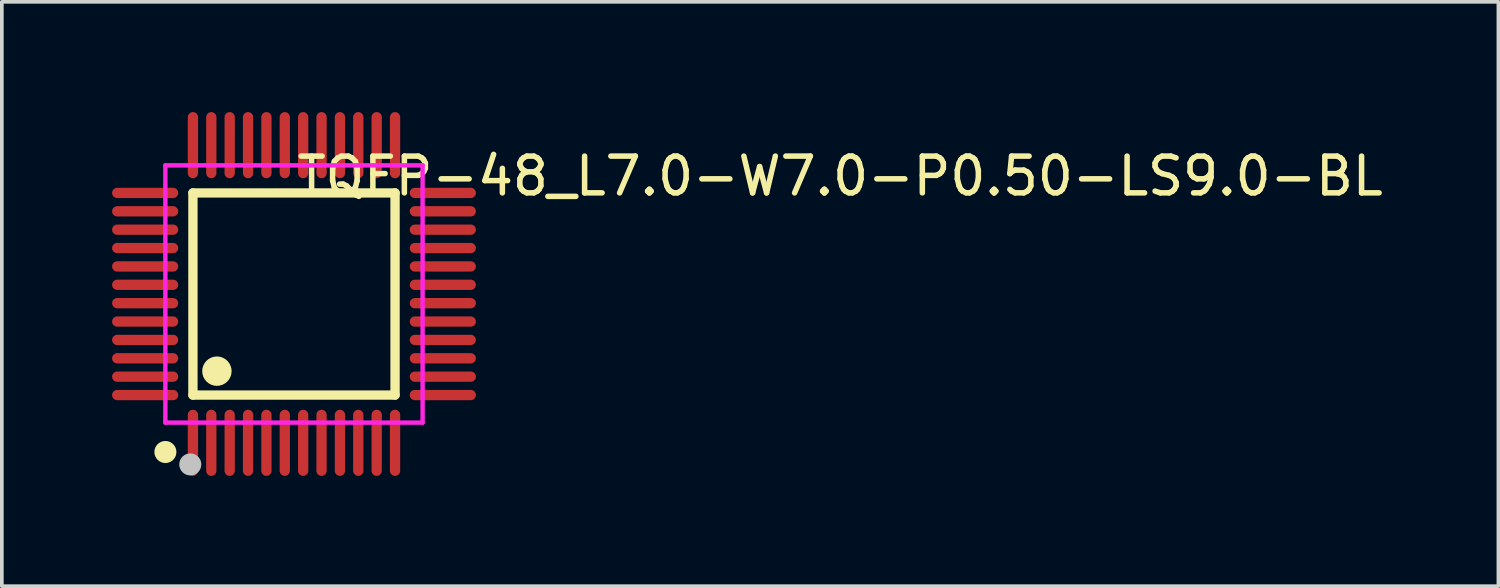
<source format=kicad_pcb>
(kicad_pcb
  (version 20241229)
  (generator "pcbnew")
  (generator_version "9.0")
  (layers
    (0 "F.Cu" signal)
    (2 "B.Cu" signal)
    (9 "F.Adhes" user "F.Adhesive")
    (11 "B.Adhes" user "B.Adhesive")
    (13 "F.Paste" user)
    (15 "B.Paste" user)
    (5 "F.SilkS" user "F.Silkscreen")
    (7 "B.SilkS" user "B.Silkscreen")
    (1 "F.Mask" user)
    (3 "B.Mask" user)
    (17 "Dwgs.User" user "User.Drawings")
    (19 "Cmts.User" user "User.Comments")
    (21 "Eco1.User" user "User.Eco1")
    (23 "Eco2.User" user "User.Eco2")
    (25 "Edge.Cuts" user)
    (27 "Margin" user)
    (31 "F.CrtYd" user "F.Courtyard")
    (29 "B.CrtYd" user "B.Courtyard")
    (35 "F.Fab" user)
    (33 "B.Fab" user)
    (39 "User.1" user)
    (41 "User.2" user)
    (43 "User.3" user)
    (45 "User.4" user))
  (footprint "TQFP-48_L7.0-W7.0-P0.50-LS9.0-BL"
    (layer "F.Cu")
    (at 4.95 4.95)
    (property "Reference" "TQFP-48_L7.0-W7.0-P0.50-LS9.0-BL" (at 0 -3.207 0) (layer "F.SilkS") (effects (font (size 1 1) (thickness 0.15)) (justify left)))
    (attr through_hole)
    (fp_line (start -2.75 -2.75) (end 2.75 -2.75) (stroke (width 0.254) (type solid)) (layer "F.SilkS"))
    (fp_line (start -2.75 2.75) (end -2.75 -2.75) (stroke (width 0.254) (type solid)) (layer "F.SilkS"))
    (fp_line (start 2.75 -2.75) (end 2.75 2.75) (stroke (width 0.254) (type solid)) (layer "F.SilkS"))
    (fp_line (start 2.75 2.75) (end -2.75 2.75) (stroke (width 0.254) (type solid)) (layer "F.SilkS"))
    (fp_arc (start -3.498 4.15) (mid -3.49873 4.450003) (end -3.50054 4.150005) (stroke (width 0.3) (type solid)) (layer "F.SilkS"))
    (fp_arc (start -2.095 1.9) (mid -2.09846 2.300022) (end -2.100081 1.899988) (stroke (width 0.4) (type solid)) (layer "F.SilkS"))
    (fp_circle (center -2.822 4.638) (end -2.672 4.638) (stroke (width 0.3) (type solid)) (fill no) (layer "Dwgs.User"))
    (fp_line (start -3.91 -2.85) (end -3.49 -2.85) (stroke (width 0.12) (type solid)) (layer "Eco2.User"))
    (fp_line (start -3.91 -2.65) (end -3.91 -2.85) (stroke (width 0.12) (type solid)) (layer "Eco2.User"))
    (fp_line (start -3.91 -2.35) (end -3.49 -2.35) (stroke (width 0.12) (type solid)) (layer "Eco2.User"))
    (fp_line (start -3.91 -2.15) (end -3.91 -2.35) (stroke (width 0.12) (type solid)) (layer "Eco2.User"))
    (fp_line (start -3.91 -1.85) (end -3.49 -1.85) (stroke (width 0.12) (type solid)) (layer "Eco2.User"))
    (fp_line (start -3.91 -1.65) (end -3.91 -1.85) (stroke (width 0.12) (type solid)) (layer "Eco2.User"))
    (fp_line (start -3.91 -1.35) (end -3.49 -1.35) (stroke (width 0.12) (type solid)) (layer "Eco2.User"))
    (fp_line (start -3.91 -1.15) (end -3.91 -1.35) (stroke (width 0.12) (type solid)) (layer "Eco2.User"))
    (fp_line (start -3.91 -0.85) (end -3.49 -0.85) (stroke (width 0.12) (type solid)) (layer "Eco2.User"))
    (fp_line (start -3.91 -0.65) (end -3.91 -0.85) (stroke (width 0.12) (type solid)) (layer "Eco2.User"))
    (fp_line (start -3.91 -0.35) (end -3.49 -0.35) (stroke (width 0.12) (type solid)) (layer "Eco2.User"))
    (fp_line (start -3.91 -0.15) (end -3.91 -0.35) (stroke (width 0.12) (type solid)) (layer "Eco2.User"))
    (fp_line (start -3.91 0.15) (end -3.49 0.15) (stroke (width 0.12) (type solid)) (layer "Eco2.User"))
    (fp_line (start -3.91 0.35) (end -3.91 0.15) (stroke (width 0.12) (type solid)) (layer "Eco2.User"))
    (fp_line (start -3.91 0.65) (end -3.49 0.65) (stroke (width 0.12) (type solid)) (layer "Eco2.User"))
    (fp_line (start -3.91 0.85) (end -3.91 0.65) (stroke (width 0.12) (type solid)) (layer "Eco2.User"))
    (fp_line (start -3.91 1.15) (end -3.49 1.15) (stroke (width 0.12) (type solid)) (layer "Eco2.User"))
    (fp_line (start -3.91 1.35) (end -3.91 1.15) (stroke (width 0.12) (type solid)) (layer "Eco2.User"))
    (fp_line (start -3.91 1.65) (end -3.49 1.65) (stroke (width 0.12) (type solid)) (layer "Eco2.User"))
    (fp_line (start -3.91 1.85) (end -3.91 1.65) (stroke (width 0.12) (type solid)) (layer "Eco2.User"))
    (fp_line (start -3.91 2.15) (end -3.49 2.15) (stroke (width 0.12) (type solid)) (layer "Eco2.User"))
    (fp_line (start -3.91 2.35) (end -3.91 2.15) (stroke (width 0.12) (type solid)) (layer "Eco2.User"))
    (fp_line (start -3.91 2.65) (end -3.49 2.65) (stroke (width 0.12) (type solid)) (layer "Eco2.User"))
    (fp_line (start -3.91 2.85) (end -3.91 2.65) (stroke (width 0.12) (type solid)) (layer "Eco2.User"))
    (fp_line (start -3.49 -2.85) (end -3.49 -2.65) (stroke (width 0.12) (type solid)) (layer "Eco2.User"))
    (fp_line (start -3.49 -2.65) (end -3.91 -2.65) (stroke (width 0.12) (type solid)) (layer "Eco2.User"))
    (fp_line (start -3.49 -2.35) (end -3.49 -2.15) (stroke (width 0.12) (type solid)) (layer "Eco2.User"))
    (fp_line (start -3.49 -2.15) (end -3.91 -2.15) (stroke (width 0.12) (type solid)) (layer "Eco2.User"))
    (fp_line (start -3.49 -1.85) (end -3.49 -1.65) (stroke (width 0.12) (type solid)) (layer "Eco2.User"))
    (fp_line (start -3.49 -1.65) (end -3.91 -1.65) (stroke (width 0.12) (type solid)) (layer "Eco2.User"))
    (fp_line (start -3.49 -1.35) (end -3.49 -1.15) (stroke (width 0.12) (type solid)) (layer "Eco2.User"))
    (fp_line (start -3.49 -1.15) (end -3.91 -1.15) (stroke (width 0.12) (type solid)) (layer "Eco2.User"))
    (fp_line (start -3.49 -0.85) (end -3.49 -0.65) (stroke (width 0.12) (type solid)) (layer "Eco2.User"))
    (fp_line (start -3.49 -0.65) (end -3.91 -0.65) (stroke (width 0.12) (type solid)) (layer "Eco2.User"))
    (fp_line (start -3.49 -0.35) (end -3.49 -0.15) (stroke (width 0.12) (type solid)) (layer "Eco2.User"))
    (fp_line (start -3.49 -0.15) (end -3.91 -0.15) (stroke (width 0.12) (type solid)) (layer "Eco2.User"))
    (fp_line (start -3.49 0.15) (end -3.49 0.35) (stroke (width 0.12) (type solid)) (layer "Eco2.User"))
    (fp_line (start -3.49 0.35) (end -3.91 0.35) (stroke (width 0.12) (type solid)) (layer "Eco2.User"))
    (fp_line (start -3.49 0.65) (end -3.49 0.85) (stroke (width 0.12) (type solid)) (layer "Eco2.User"))
    (fp_line (start -3.49 0.85) (end -3.91 0.85) (stroke (width 0.12) (type solid)) (layer "Eco2.User"))
    (fp_line (start -3.49 1.15) (end -3.49 1.35) (stroke (width 0.12) (type solid)) (layer "Eco2.User"))
    (fp_line (start -3.49 1.35) (end -3.91 1.35) (stroke (width 0.12) (type solid)) (layer "Eco2.User"))
    (fp_line (start -3.49 1.65) (end -3.49 1.85) (stroke (width 0.12) (type solid)) (layer "Eco2.User"))
    (fp_line (start -3.49 1.85) (end -3.91 1.85) (stroke (width 0.12) (type solid)) (layer "Eco2.User"))
    (fp_line (start -3.49 2.15) (end -3.49 2.35) (stroke (width 0.12) (type solid)) (layer "Eco2.User"))
    (fp_line (start -3.49 2.35) (end -3.91 2.35) (stroke (width 0.12) (type solid)) (layer "Eco2.User"))
    (fp_line (start -3.49 2.65) (end -3.49 2.85) (stroke (width 0.12) (type solid)) (layer "Eco2.User"))
    (fp_line (start -3.49 2.85) (end -3.91 2.85) (stroke (width 0.12) (type solid)) (layer "Eco2.User"))
    (fp_line (start -2.85 -3.91) (end -2.65 -3.91) (stroke (width 0.12) (type solid)) (layer "Eco2.User"))
    (fp_line (start -2.85 -3.49) (end -2.85 -3.91) (stroke (width 0.12) (type solid)) (layer "Eco2.User"))
    (fp_line (start -2.85 3.49) (end -2.65 3.49) (stroke (width 0.12) (type solid)) (layer "Eco2.User"))
    (fp_line (start -2.85 3.91) (end -2.85 3.49) (stroke (width 0.12) (type solid)) (layer "Eco2.User"))
    (fp_line (start -2.65 -3.91) (end -2.65 -3.49) (stroke (width 0.12) (type solid)) (layer "Eco2.User"))
    (fp_line (start -2.65 -3.49) (end -2.85 -3.49) (stroke (width 0.12) (type solid)) (layer "Eco2.User"))
    (fp_line (start -2.65 3.49) (end -2.65 3.91) (stroke (width 0.12) (type solid)) (layer "Eco2.User"))
    (fp_line (start -2.65 3.91) (end -2.85 3.91) (stroke (width 0.12) (type solid)) (layer "Eco2.User"))
    (fp_line (start -2.35 -3.91) (end -2.15 -3.91) (stroke (width 0.12) (type solid)) (layer "Eco2.User"))
    (fp_line (start -2.35 -3.49) (end -2.35 -3.91) (stroke (width 0.12) (type solid)) (layer "Eco2.User"))
    (fp_line (start -2.35 3.49) (end -2.15 3.49) (stroke (width 0.12) (type solid)) (layer "Eco2.User"))
    (fp_line (start -2.35 3.91) (end -2.35 3.49) (stroke (width 0.12) (type solid)) (layer "Eco2.User"))
    (fp_line (start -2.15 -3.91) (end -2.15 -3.49) (stroke (width 0.12) (type solid)) (layer "Eco2.User"))
    (fp_line (start -2.15 -3.49) (end -2.35 -3.49) (stroke (width 0.12) (type solid)) (layer "Eco2.User"))
    (fp_line (start -2.15 3.49) (end -2.15 3.91) (stroke (width 0.12) (type solid)) (layer "Eco2.User"))
    (fp_line (start -2.15 3.91) (end -2.35 3.91) (stroke (width 0.12) (type solid)) (layer "Eco2.User"))
    (fp_line (start -1.85 -3.91) (end -1.65 -3.91) (stroke (width 0.12) (type solid)) (layer "Eco2.User"))
    (fp_line (start -1.85 -3.49) (end -1.85 -3.91) (stroke (width 0.12) (type solid)) (layer "Eco2.User"))
    (fp_line (start -1.85 3.49) (end -1.65 3.49) (stroke (width 0.12) (type solid)) (layer "Eco2.User"))
    (fp_line (start -1.85 3.91) (end -1.85 3.49) (stroke (width 0.12) (type solid)) (layer "Eco2.User"))
    (fp_line (start -1.65 -3.91) (end -1.65 -3.49) (stroke (width 0.12) (type solid)) (layer "Eco2.User"))
    (fp_line (start -1.65 -3.49) (end -1.85 -3.49) (stroke (width 0.12) (type solid)) (layer "Eco2.User"))
    (fp_line (start -1.65 3.49) (end -1.65 3.91) (stroke (width 0.12) (type solid)) (layer "Eco2.User"))
    (fp_line (start -1.65 3.91) (end -1.85 3.91) (stroke (width 0.12) (type solid)) (layer "Eco2.User"))
    (fp_line (start -1.35 -3.91) (end -1.15 -3.91) (stroke (width 0.12) (type solid)) (layer "Eco2.User"))
    (fp_line (start -1.35 -3.49) (end -1.35 -3.91) (stroke (width 0.12) (type solid)) (layer "Eco2.User"))
    (fp_line (start -1.35 3.49) (end -1.15 3.49) (stroke (width 0.12) (type solid)) (layer "Eco2.User"))
    (fp_line (start -1.35 3.91) (end -1.35 3.49) (stroke (width 0.12) (type solid)) (layer "Eco2.User"))
    (fp_line (start -1.15 -3.91) (end -1.15 -3.49) (stroke (width 0.12) (type solid)) (layer "Eco2.User"))
    (fp_line (start -1.15 -3.49) (end -1.35 -3.49) (stroke (width 0.12) (type solid)) (layer "Eco2.User"))
    (fp_line (start -1.15 3.49) (end -1.15 3.91) (stroke (width 0.12) (type solid)) (layer "Eco2.User"))
    (fp_line (start -1.15 3.91) (end -1.35 3.91) (stroke (width 0.12) (type solid)) (layer "Eco2.User"))
    (fp_line (start -0.85 -3.91) (end -0.65 -3.91) (stroke (width 0.12) (type solid)) (layer "Eco2.User"))
    (fp_line (start -0.85 -3.49) (end -0.85 -3.91) (stroke (width 0.12) (type solid)) (layer "Eco2.User"))
    (fp_line (start -0.85 3.49) (end -0.65 3.49) (stroke (width 0.12) (type solid)) (layer "Eco2.User"))
    (fp_line (start -0.85 3.91) (end -0.85 3.49) (stroke (width 0.12) (type solid)) (layer "Eco2.User"))
    (fp_line (start -0.65 -3.91) (end -0.65 -3.49) (stroke (width 0.12) (type solid)) (layer "Eco2.User"))
    (fp_line (start -0.65 -3.49) (end -0.85 -3.49) (stroke (width 0.12) (type solid)) (layer "Eco2.User"))
    (fp_line (start -0.65 3.49) (end -0.65 3.91) (stroke (width 0.12) (type solid)) (layer "Eco2.User"))
    (fp_line (start -0.65 3.91) (end -0.85 3.91) (stroke (width 0.12) (type solid)) (layer "Eco2.User"))
    (fp_line (start -0.35 -3.91) (end -0.15 -3.91) (stroke (width 0.12) (type solid)) (layer "Eco2.User"))
    (fp_line (start -0.35 -3.49) (end -0.35 -3.91) (stroke (width 0.12) (type solid)) (layer "Eco2.User"))
    (fp_line (start -0.35 3.49) (end -0.15 3.49) (stroke (width 0.12) (type solid)) (layer "Eco2.User"))
    (fp_line (start -0.35 3.91) (end -0.35 3.49) (stroke (width 0.12) (type solid)) (layer "Eco2.User"))
    (fp_line (start -0.15 -3.91) (end -0.15 -3.49) (stroke (width 0.12) (type solid)) (layer "Eco2.User"))
    (fp_line (start -0.15 -3.49) (end -0.35 -3.49) (stroke (width 0.12) (type solid)) (layer "Eco2.User"))
    (fp_line (start -0.15 3.49) (end -0.15 3.91) (stroke (width 0.12) (type solid)) (layer "Eco2.User"))
    (fp_line (start -0.15 3.91) (end -0.35 3.91) (stroke (width 0.12) (type solid)) (layer "Eco2.User"))
    (fp_line (start 0.15 -3.91) (end 0.35 -3.91) (stroke (width 0.12) (type solid)) (layer "Eco2.User"))
    (fp_line (start 0.15 -3.49) (end 0.15 -3.91) (stroke (width 0.12) (type solid)) (layer "Eco2.User"))
    (fp_line (start 0.15 3.49) (end 0.35 3.49) (stroke (width 0.12) (type solid)) (layer "Eco2.User"))
    (fp_line (start 0.15 3.91) (end 0.15 3.49) (stroke (width 0.12) (type solid)) (layer "Eco2.User"))
    (fp_line (start 0.35 -3.91) (end 0.35 -3.49) (stroke (width 0.12) (type solid)) (layer "Eco2.User"))
    (fp_line (start 0.35 -3.49) (end 0.15 -3.49) (stroke (width 0.12) (type solid)) (layer "Eco2.User"))
    (fp_line (start 0.35 3.49) (end 0.35 3.91) (stroke (width 0.12) (type solid)) (layer "Eco2.User"))
    (fp_line (start 0.35 3.91) (end 0.15 3.91) (stroke (width 0.12) (type solid)) (layer "Eco2.User"))
    (fp_line (start 0.65 -3.91) (end 0.85 -3.91) (stroke (width 0.12) (type solid)) (layer "Eco2.User"))
    (fp_line (start 0.65 -3.49) (end 0.65 -3.91) (stroke (width 0.12) (type solid)) (layer "Eco2.User"))
    (fp_line (start 0.65 3.49) (end 0.85 3.49) (stroke (width 0.12) (type solid)) (layer "Eco2.User"))
    (fp_line (start 0.65 3.91) (end 0.65 3.49) (stroke (width 0.12) (type solid)) (layer "Eco2.User"))
    (fp_line (start 0.85 -3.91) (end 0.85 -3.49) (stroke (width 0.12) (type solid)) (layer "Eco2.User"))
    (fp_line (start 0.85 -3.49) (end 0.65 -3.49) (stroke (width 0.12) (type solid)) (layer "Eco2.User"))
    (fp_line (start 0.85 3.49) (end 0.85 3.91) (stroke (width 0.12) (type solid)) (layer "Eco2.User"))
    (fp_line (start 0.85 3.91) (end 0.65 3.91) (stroke (width 0.12) (type solid)) (layer "Eco2.User"))
    (fp_line (start 1.15 -3.91) (end 1.35 -3.91) (stroke (width 0.12) (type solid)) (layer "Eco2.User"))
    (fp_line (start 1.15 -3.49) (end 1.15 -3.91) (stroke (width 0.12) (type solid)) (layer "Eco2.User"))
    (fp_line (start 1.15 3.49) (end 1.35 3.49) (stroke (width 0.12) (type solid)) (layer "Eco2.User"))
    (fp_line (start 1.15 3.91) (end 1.15 3.49) (stroke (width 0.12) (type solid)) (layer "Eco2.User"))
    (fp_line (start 1.35 -3.91) (end 1.35 -3.49) (stroke (width 0.12) (type solid)) (layer "Eco2.User"))
    (fp_line (start 1.35 -3.49) (end 1.15 -3.49) (stroke (width 0.12) (type solid)) (layer "Eco2.User"))
    (fp_line (start 1.35 3.49) (end 1.35 3.91) (stroke (width 0.12) (type solid)) (layer "Eco2.User"))
    (fp_line (start 1.35 3.91) (end 1.15 3.91) (stroke (width 0.12) (type solid)) (layer "Eco2.User"))
    (fp_line (start 1.65 -3.91) (end 1.85 -3.91) (stroke (width 0.12) (type solid)) (layer "Eco2.User"))
    (fp_line (start 1.65 -3.49) (end 1.65 -3.91) (stroke (width 0.12) (type solid)) (layer "Eco2.User"))
    (fp_line (start 1.65 3.49) (end 1.85 3.49) (stroke (width 0.12) (type solid)) (layer "Eco2.User"))
    (fp_line (start 1.65 3.91) (end 1.65 3.49) (stroke (width 0.12) (type solid)) (layer "Eco2.User"))
    (fp_line (start 1.85 -3.91) (end 1.85 -3.49) (stroke (width 0.12) (type solid)) (layer "Eco2.User"))
    (fp_line (start 1.85 -3.49) (end 1.65 -3.49) (stroke (width 0.12) (type solid)) (layer "Eco2.User"))
    (fp_line (start 1.85 3.49) (end 1.85 3.91) (stroke (width 0.12) (type solid)) (layer "Eco2.User"))
    (fp_line (start 1.85 3.91) (end 1.65 3.91) (stroke (width 0.12) (type solid)) (layer "Eco2.User"))
    (fp_line (start 2.15 -3.91) (end 2.35 -3.91) (stroke (width 0.12) (type solid)) (layer "Eco2.User"))
    (fp_line (start 2.15 -3.49) (end 2.15 -3.91) (stroke (width 0.12) (type solid)) (layer "Eco2.User"))
    (fp_line (start 2.15 3.49) (end 2.35 3.49) (stroke (width 0.12) (type solid)) (layer "Eco2.User"))
    (fp_line (start 2.15 3.91) (end 2.15 3.49) (stroke (width 0.12) (type solid)) (layer "Eco2.User"))
    (fp_line (start 2.35 -3.91) (end 2.35 -3.49) (stroke (width 0.12) (type solid)) (layer "Eco2.User"))
    (fp_line (start 2.35 -3.49) (end 2.15 -3.49) (stroke (width 0.12) (type solid)) (layer "Eco2.User"))
    (fp_line (start 2.35 3.49) (end 2.35 3.91) (stroke (width 0.12) (type solid)) (layer "Eco2.User"))
    (fp_line (start 2.35 3.91) (end 2.15 3.91) (stroke (width 0.12) (type solid)) (layer "Eco2.User"))
    (fp_line (start 2.65 -3.91) (end 2.85 -3.91) (stroke (width 0.12) (type solid)) (layer "Eco2.User"))
    (fp_line (start 2.65 -3.49) (end 2.65 -3.91) (stroke (width 0.12) (type solid)) (layer "Eco2.User"))
    (fp_line (start 2.65 3.49) (end 2.85 3.49) (stroke (width 0.12) (type solid)) (layer "Eco2.User"))
    (fp_line (start 2.65 3.91) (end 2.65 3.49) (stroke (width 0.12) (type solid)) (layer "Eco2.User"))
    (fp_line (start 2.85 -3.91) (end 2.85 -3.49) (stroke (width 0.12) (type solid)) (layer "Eco2.User"))
    (fp_line (start 2.85 -3.49) (end 2.65 -3.49) (stroke (width 0.12) (type solid)) (layer "Eco2.User"))
    (fp_line (start 2.85 3.49) (end 2.85 3.91) (stroke (width 0.12) (type solid)) (layer "Eco2.User"))
    (fp_line (start 2.85 3.91) (end 2.65 3.91) (stroke (width 0.12) (type solid)) (layer "Eco2.User"))
    (fp_line (start 3.49 -2.85) (end 3.91 -2.85) (stroke (width 0.12) (type solid)) (layer "Eco2.User"))
    (fp_line (start 3.49 -2.65) (end 3.49 -2.85) (stroke (width 0.12) (type solid)) (layer "Eco2.User"))
    (fp_line (start 3.49 -2.35) (end 3.91 -2.35) (stroke (width 0.12) (type solid)) (layer "Eco2.User"))
    (fp_line (start 3.49 -2.15) (end 3.49 -2.35) (stroke (width 0.12) (type solid)) (layer "Eco2.User"))
    (fp_line (start 3.49 -1.85) (end 3.91 -1.85) (stroke (width 0.12) (type solid)) (layer "Eco2.User"))
    (fp_line (start 3.49 -1.65) (end 3.49 -1.85) (stroke (width 0.12) (type solid)) (layer "Eco2.User"))
    (fp_line (start 3.49 -1.35) (end 3.91 -1.35) (stroke (width 0.12) (type solid)) (layer "Eco2.User"))
    (fp_line (start 3.49 -1.15) (end 3.49 -1.35) (stroke (width 0.12) (type solid)) (layer "Eco2.User"))
    (fp_line (start 3.49 -0.85) (end 3.91 -0.85) (stroke (width 0.12) (type solid)) (layer "Eco2.User"))
    (fp_line (start 3.49 -0.65) (end 3.49 -0.85) (stroke (width 0.12) (type solid)) (layer "Eco2.User"))
    (fp_line (start 3.49 -0.35) (end 3.91 -0.35) (stroke (width 0.12) (type solid)) (layer "Eco2.User"))
    (fp_line (start 3.49 -0.15) (end 3.49 -0.35) (stroke (width 0.12) (type solid)) (layer "Eco2.User"))
    (fp_line (start 3.49 0.15) (end 3.91 0.15) (stroke (width 0.12) (type solid)) (layer "Eco2.User"))
    (fp_line (start 3.49 0.35) (end 3.49 0.15) (stroke (width 0.12) (type solid)) (layer "Eco2.User"))
    (fp_line (start 3.49 0.65) (end 3.91 0.65) (stroke (width 0.12) (type solid)) (layer "Eco2.User"))
    (fp_line (start 3.49 0.85) (end 3.49 0.65) (stroke (width 0.12) (type solid)) (layer "Eco2.User"))
    (fp_line (start 3.49 1.15) (end 3.91 1.15) (stroke (width 0.12) (type solid)) (layer "Eco2.User"))
    (fp_line (start 3.49 1.35) (end 3.49 1.15) (stroke (width 0.12) (type solid)) (layer "Eco2.User"))
    (fp_line (start 3.49 1.65) (end 3.91 1.65) (stroke (width 0.12) (type solid)) (layer "Eco2.User"))
    (fp_line (start 3.49 1.85) (end 3.49 1.65) (stroke (width 0.12) (type solid)) (layer "Eco2.User"))
    (fp_line (start 3.49 2.15) (end 3.91 2.15) (stroke (width 0.12) (type solid)) (layer "Eco2.User"))
    (fp_line (start 3.49 2.35) (end 3.49 2.15) (stroke (width 0.12) (type solid)) (layer "Eco2.User"))
    (fp_line (start 3.49 2.65) (end 3.91 2.65) (stroke (width 0.12) (type solid)) (layer "Eco2.User"))
    (fp_line (start 3.49 2.85) (end 3.49 2.65) (stroke (width 0.12) (type solid)) (layer "Eco2.User"))
    (fp_line (start 3.91 -2.85) (end 3.91 -2.65) (stroke (width 0.12) (type solid)) (layer "Eco2.User"))
    (fp_line (start 3.91 -2.65) (end 3.49 -2.65) (stroke (width 0.12) (type solid)) (layer "Eco2.User"))
    (fp_line (start 3.91 -2.35) (end 3.91 -2.15) (stroke (width 0.12) (type solid)) (layer "Eco2.User"))
    (fp_line (start 3.91 -2.15) (end 3.49 -2.15) (stroke (width 0.12) (type solid)) (layer "Eco2.User"))
    (fp_line (start 3.91 -1.85) (end 3.91 -1.65) (stroke (width 0.12) (type solid)) (layer "Eco2.User"))
    (fp_line (start 3.91 -1.65) (end 3.49 -1.65) (stroke (width 0.12) (type solid)) (layer "Eco2.User"))
    (fp_line (start 3.91 -1.35) (end 3.91 -1.15) (stroke (width 0.12) (type solid)) (layer "Eco2.User"))
    (fp_line (start 3.91 -1.15) (end 3.49 -1.15) (stroke (width 0.12) (type solid)) (layer "Eco2.User"))
    (fp_line (start 3.91 -0.85) (end 3.91 -0.65) (stroke (width 0.12) (type solid)) (layer "Eco2.User"))
    (fp_line (start 3.91 -0.65) (end 3.49 -0.65) (stroke (width 0.12) (type solid)) (layer "Eco2.User"))
    (fp_line (start 3.91 -0.35) (end 3.91 -0.15) (stroke (width 0.12) (type solid)) (layer "Eco2.User"))
    (fp_line (start 3.91 -0.15) (end 3.49 -0.15) (stroke (width 0.12) (type solid)) (layer "Eco2.User"))
    (fp_line (start 3.91 0.15) (end 3.91 0.35) (stroke (width 0.12) (type solid)) (layer "Eco2.User"))
    (fp_line (start 3.91 0.35) (end 3.49 0.35) (stroke (width 0.12) (type solid)) (layer "Eco2.User"))
    (fp_line (start 3.91 0.65) (end 3.91 0.85) (stroke (width 0.12) (type solid)) (layer "Eco2.User"))
    (fp_line (start 3.91 0.85) (end 3.49 0.85) (stroke (width 0.12) (type solid)) (layer "Eco2.User"))
    (fp_line (start 3.91 1.15) (end 3.91 1.35) (stroke (width 0.12) (type solid)) (layer "Eco2.User"))
    (fp_line (start 3.91 1.35) (end 3.49 1.35) (stroke (width 0.12) (type solid)) (layer "Eco2.User"))
    (fp_line (start 3.91 1.65) (end 3.91 1.85) (stroke (width 0.12) (type solid)) (layer "Eco2.User"))
    (fp_line (start 3.91 1.85) (end 3.49 1.85) (stroke (width 0.12) (type solid)) (layer "Eco2.User"))
    (fp_line (start 3.91 2.15) (end 3.91 2.35) (stroke (width 0.12) (type solid)) (layer "Eco2.User"))
    (fp_line (start 3.91 2.35) (end 3.49 2.35) (stroke (width 0.12) (type solid)) (layer "Eco2.User"))
    (fp_line (start 3.91 2.65) (end 3.91 2.85) (stroke (width 0.12) (type solid)) (layer "Eco2.User"))
    (fp_line (start 3.91 2.85) (end 3.49 2.85) (stroke (width 0.12) (type solid)) (layer "Eco2.User"))
    (fp_circle (center -4.5 4.5) (end -4.47 4.5) (stroke (width 0.06) (type solid)) (fill no) (layer "Eco2.User"))
    (fp_poly (pts (xy -3.9 -2.65) (xy -4.5 -2.65) (xy -4.5 -2.85) (xy -3.9 -2.85)) (stroke (width 0.12) (type solid)) (fill no) (layer "Eco2.User"))
    (fp_poly (pts (xy -3.9 -2.15) (xy -4.5 -2.15) (xy -4.5 -2.35) (xy -3.9 -2.35)) (stroke (width 0.12) (type solid)) (fill no) (layer "Eco2.User"))
    (fp_poly (pts (xy -3.9 -1.65) (xy -4.5 -1.65) (xy -4.5 -1.85) (xy -3.9 -1.85)) (stroke (width 0.12) (type solid)) (fill no) (layer "Eco2.User"))
    (fp_poly (pts (xy -3.9 -1.15) (xy -4.5 -1.15) (xy -4.5 -1.35) (xy -3.9 -1.35)) (stroke (width 0.12) (type solid)) (fill no) (layer "Eco2.User"))
    (fp_poly (pts (xy -3.9 -0.65) (xy -4.5 -0.65) (xy -4.5 -0.85) (xy -3.9 -0.85)) (stroke (width 0.12) (type solid)) (fill no) (layer "Eco2.User"))
    (fp_poly (pts (xy -3.9 -0.15) (xy -4.5 -0.15) (xy -4.5 -0.35) (xy -3.9 -0.35)) (stroke (width 0.12) (type solid)) (fill no) (layer "Eco2.User"))
    (fp_poly (pts (xy -3.9 0.35) (xy -4.5 0.35) (xy -4.5 0.15) (xy -3.9 0.15)) (stroke (width 0.12) (type solid)) (fill no) (layer "Eco2.User"))
    (fp_poly (pts (xy -3.9 0.85) (xy -4.5 0.85) (xy -4.5 0.65) (xy -3.9 0.65)) (stroke (width 0.12) (type solid)) (fill no) (layer "Eco2.User"))
    (fp_poly (pts (xy -3.9 1.35) (xy -4.5 1.35) (xy -4.5 1.15) (xy -3.9 1.15)) (stroke (width 0.12) (type solid)) (fill no) (layer "Eco2.User"))
    (fp_poly (pts (xy -3.9 1.85) (xy -4.5 1.85) (xy -4.5 1.65) (xy -3.9 1.65)) (stroke (width 0.12) (type solid)) (fill no) (layer "Eco2.User"))
    (fp_poly (pts (xy -3.9 2.35) (xy -4.5 2.35) (xy -4.5 2.15) (xy -3.9 2.15)) (stroke (width 0.12) (type solid)) (fill no) (layer "Eco2.User"))
    (fp_poly (pts (xy -3.9 2.85) (xy -4.5 2.85) (xy -4.5 2.65) (xy -3.9 2.65)) (stroke (width 0.12) (type solid)) (fill no) (layer "Eco2.User"))
    (fp_poly (pts (xy -2.85 -3.9) (xy -2.85 -4.5) (xy -2.65 -4.5) (xy -2.65 -3.9)) (stroke (width 0.12) (type solid)) (fill no) (layer "Eco2.User"))
    (fp_poly (pts (xy -2.85 4.5) (xy -2.85 3.9) (xy -2.65 3.9) (xy -2.65 4.5)) (stroke (width 0.12) (type solid)) (fill no) (layer "Eco2.User"))
    (fp_poly (pts (xy -2.35 -3.9) (xy -2.35 -4.5) (xy -2.15 -4.5) (xy -2.15 -3.9)) (stroke (width 0.12) (type solid)) (fill no) (layer "Eco2.User"))
    (fp_poly (pts (xy -2.35 4.5) (xy -2.35 3.9) (xy -2.15 3.9) (xy -2.15 4.5)) (stroke (width 0.12) (type solid)) (fill no) (layer "Eco2.User"))
    (fp_poly (pts (xy -1.85 -3.9) (xy -1.85 -4.5) (xy -1.65 -4.5) (xy -1.65 -3.9)) (stroke (width 0.12) (type solid)) (fill no) (layer "Eco2.User"))
    (fp_poly (pts (xy -1.85 4.5) (xy -1.85 3.9) (xy -1.65 3.9) (xy -1.65 4.5)) (stroke (width 0.12) (type solid)) (fill no) (layer "Eco2.User"))
    (fp_poly (pts (xy -1.35 -3.9) (xy -1.35 -4.5) (xy -1.15 -4.5) (xy -1.15 -3.9)) (stroke (width 0.12) (type solid)) (fill no) (layer "Eco2.User"))
    (fp_poly (pts (xy -1.35 4.5) (xy -1.35 3.9) (xy -1.15 3.9) (xy -1.15 4.5)) (stroke (width 0.12) (type solid)) (fill no) (layer "Eco2.User"))
    (fp_poly (pts (xy -0.85 -3.9) (xy -0.85 -4.5) (xy -0.65 -4.5) (xy -0.65 -3.9)) (stroke (width 0.12) (type solid)) (fill no) (layer "Eco2.User"))
    (fp_poly (pts (xy -0.85 4.5) (xy -0.85 3.9) (xy -0.65 3.9) (xy -0.65 4.5)) (stroke (width 0.12) (type solid)) (fill no) (layer "Eco2.User"))
    (fp_poly (pts (xy -0.35 -3.9) (xy -0.35 -4.5) (xy -0.15 -4.5) (xy -0.15 -3.9)) (stroke (width 0.12) (type solid)) (fill no) (layer "Eco2.User"))
    (fp_poly (pts (xy -0.35 4.5) (xy -0.35 3.9) (xy -0.15 3.9) (xy -0.15 4.5)) (stroke (width 0.12) (type solid)) (fill no) (layer "Eco2.User"))
    (fp_poly (pts (xy 0.15 -3.9) (xy 0.15 -4.5) (xy 0.35 -4.5) (xy 0.35 -3.9)) (stroke (width 0.12) (type solid)) (fill no) (layer "Eco2.User"))
    (fp_poly (pts (xy 0.15 4.5) (xy 0.15 3.9) (xy 0.35 3.9) (xy 0.35 4.5)) (stroke (width 0.12) (type solid)) (fill no) (layer "Eco2.User"))
    (fp_poly (pts (xy 0.65 -3.9) (xy 0.65 -4.5) (xy 0.85 -4.5) (xy 0.85 -3.9)) (stroke (width 0.12) (type solid)) (fill no) (layer "Eco2.User"))
    (fp_poly (pts (xy 0.65 4.5) (xy 0.65 3.9) (xy 0.85 3.9) (xy 0.85 4.5)) (stroke (width 0.12) (type solid)) (fill no) (layer "Eco2.User"))
    (fp_poly (pts (xy 1.15 -3.9) (xy 1.15 -4.5) (xy 1.35 -4.5) (xy 1.35 -3.9)) (stroke (width 0.12) (type solid)) (fill no) (layer "Eco2.User"))
    (fp_poly (pts (xy 1.15 4.5) (xy 1.15 3.9) (xy 1.35 3.9) (xy 1.35 4.5)) (stroke (width 0.12) (type solid)) (fill no) (layer "Eco2.User"))
    (fp_poly (pts (xy 1.65 -3.9) (xy 1.65 -4.5) (xy 1.85 -4.5) (xy 1.85 -3.9)) (stroke (width 0.12) (type solid)) (fill no) (layer "Eco2.User"))
    (fp_poly (pts (xy 1.65 4.5) (xy 1.65 3.9) (xy 1.85 3.9) (xy 1.85 4.5)) (stroke (width 0.12) (type solid)) (fill no) (layer "Eco2.User"))
    (fp_poly (pts (xy 2.15 -3.9) (xy 2.15 -4.5) (xy 2.35 -4.5) (xy 2.35 -3.9)) (stroke (width 0.12) (type solid)) (fill no) (layer "Eco2.User"))
    (fp_poly (pts (xy 2.15 4.5) (xy 2.15 3.9) (xy 2.35 3.9) (xy 2.35 4.5)) (stroke (width 0.12) (type solid)) (fill no) (layer "Eco2.User"))
    (fp_poly (pts (xy 2.65 -3.9) (xy 2.65 -4.5) (xy 2.85 -4.5) (xy 2.85 -3.9)) (stroke (width 0.12) (type solid)) (fill no) (layer "Eco2.User"))
    (fp_poly (pts (xy 2.65 4.5) (xy 2.65 3.9) (xy 2.85 3.9) (xy 2.85 4.5)) (stroke (width 0.12) (type solid)) (fill no) (layer "Eco2.User"))
    (fp_poly (pts (xy 4.5 -2.65) (xy 3.9 -2.65) (xy 3.9 -2.85) (xy 4.5 -2.85)) (stroke (width 0.12) (type solid)) (fill no) (layer "Eco2.User"))
    (fp_poly (pts (xy 4.5 -2.15) (xy 3.9 -2.15) (xy 3.9 -2.35) (xy 4.5 -2.35)) (stroke (width 0.12) (type solid)) (fill no) (layer "Eco2.User"))
    (fp_poly (pts (xy 4.5 -1.65) (xy 3.9 -1.65) (xy 3.9 -1.85) (xy 4.5 -1.85)) (stroke (width 0.12) (type solid)) (fill no) (layer "Eco2.User"))
    (fp_poly (pts (xy 4.5 -1.15) (xy 3.9 -1.15) (xy 3.9 -1.35) (xy 4.5 -1.35)) (stroke (width 0.12) (type solid)) (fill no) (layer "Eco2.User"))
    (fp_poly (pts (xy 4.5 -0.65) (xy 3.9 -0.65) (xy 3.9 -0.85) (xy 4.5 -0.85)) (stroke (width 0.12) (type solid)) (fill no) (layer "Eco2.User"))
    (fp_poly (pts (xy 4.5 -0.15) (xy 3.9 -0.15) (xy 3.9 -0.35) (xy 4.5 -0.35)) (stroke (width 0.12) (type solid)) (fill no) (layer "Eco2.User"))
    (fp_poly (pts (xy 4.5 0.35) (xy 3.9 0.35) (xy 3.9 0.15) (xy 4.5 0.15)) (stroke (width 0.12) (type solid)) (fill no) (layer "Eco2.User"))
    (fp_poly (pts (xy 4.5 0.85) (xy 3.9 0.85) (xy 3.9 0.65) (xy 4.5 0.65)) (stroke (width 0.12) (type solid)) (fill no) (layer "Eco2.User"))
    (fp_poly (pts (xy 4.5 1.35) (xy 3.9 1.35) (xy 3.9 1.15) (xy 4.5 1.15)) (stroke (width 0.12) (type solid)) (fill no) (layer "Eco2.User"))
    (fp_poly (pts (xy 4.5 1.85) (xy 3.9 1.85) (xy 3.9 1.65) (xy 4.5 1.65)) (stroke (width 0.12) (type solid)) (fill no) (layer "Eco2.User"))
    (fp_poly (pts (xy 4.5 2.35) (xy 3.9 2.35) (xy 3.9 2.15) (xy 4.5 2.15)) (stroke (width 0.12) (type solid)) (fill no) (layer "Eco2.User"))
    (fp_poly (pts (xy 4.5 2.85) (xy 3.9 2.85) (xy 3.9 2.65) (xy 4.5 2.65)) (stroke (width 0.12) (type solid)) (fill no) (layer "Eco2.User"))
    (fp_line (start -3.5 -3.5) (end 3.5 -3.5) (stroke (width 0.12) (type solid)) (layer "F.CrtYd"))
    (fp_line (start -3.5 3.5) (end -3.5 -3.5) (stroke (width 0.12) (type solid)) (layer "F.CrtYd"))
    (fp_line (start 3.5 -3.5) (end 3.5 3.5) (stroke (width 0.12) (type solid)) (layer "F.CrtYd"))
    (fp_line (start 3.5 3.5) (end -3.5 3.5) (stroke (width 0.12) (type solid)) (layer "F.CrtYd"))
    (pad "1" smd oval (at -2.75 4.05) (size 0.28 1.8) (layers "F.Cu" "F.Mask" "F.Paste"))
    (pad "2" smd oval (at -2.25 4.05) (size 0.28 1.8) (layers "F.Cu" "F.Mask" "F.Paste"))
    (pad "3" smd oval (at -1.75 4.05) (size 0.28 1.8) (layers "F.Cu" "F.Mask" "F.Paste"))
    (pad "4" smd oval (at -1.25 4.05) (size 0.28 1.8) (layers "F.Cu" "F.Mask" "F.Paste"))
    (pad "5" smd oval (at -0.75 4.05) (size 0.28 1.8) (layers "F.Cu" "F.Mask" "F.Paste"))
    (pad "6" smd oval (at -0.25 4.05) (size 0.28 1.8) (layers "F.Cu" "F.Mask" "F.Paste"))
    (pad "7" smd oval (at 0.25 4.05) (size 0.28 1.8) (layers "F.Cu" "F.Mask" "F.Paste"))
    (pad "8" smd oval (at 0.75 4.05) (size 0.28 1.8) (layers "F.Cu" "F.Mask" "F.Paste"))
    (pad "9" smd oval (at 1.25 4.05) (size 0.28 1.8) (layers "F.Cu" "F.Mask" "F.Paste"))
    (pad "10" smd oval (at 1.75 4.05) (size 0.28 1.8) (layers "F.Cu" "F.Mask" "F.Paste"))
    (pad "11" smd oval (at 2.25 4.05) (size 0.28 1.8) (layers "F.Cu" "F.Mask" "F.Paste"))
    (pad "12" smd oval (at 2.75 4.05) (size 0.28 1.8) (layers "F.Cu" "F.Mask" "F.Paste"))
    (pad "13" smd oval (at 4.05 2.75) (size 1.8 0.28) (layers "F.Cu" "F.Mask" "F.Paste"))
    (pad "14" smd oval (at 4.05 2.25) (size 1.8 0.28) (layers "F.Cu" "F.Mask" "F.Paste"))
    (pad "15" smd oval (at 4.05 1.75) (size 1.8 0.28) (layers "F.Cu" "F.Mask" "F.Paste"))
    (pad "16" smd oval (at 4.05 1.25) (size 1.8 0.28) (layers "F.Cu" "F.Mask" "F.Paste"))
    (pad "17" smd oval (at 4.05 0.75) (size 1.8 0.28) (layers "F.Cu" "F.Mask" "F.Paste"))
    (pad "18" smd oval (at 4.05 0.25) (size 1.8 0.28) (layers "F.Cu" "F.Mask" "F.Paste"))
    (pad "19" smd oval (at 4.05 -0.25) (size 1.8 0.28) (layers "F.Cu" "F.Mask" "F.Paste"))
    (pad "20" smd oval (at 4.05 -0.75) (size 1.8 0.28) (layers "F.Cu" "F.Mask" "F.Paste"))
    (pad "21" smd oval (at 4.05 -1.25) (size 1.8 0.28) (layers "F.Cu" "F.Mask" "F.Paste"))
    (pad "22" smd oval (at 4.05 -1.75) (size 1.8 0.28) (layers "F.Cu" "F.Mask" "F.Paste"))
    (pad "23" smd oval (at 4.05 -2.25) (size 1.8 0.28) (layers "F.Cu" "F.Mask" "F.Paste"))
    (pad "24" smd oval (at 4.05 -2.75) (size 1.8 0.28) (layers "F.Cu" "F.Mask" "F.Paste"))
    (pad "25" smd oval (at 2.75 -4.05) (size 0.28 1.8) (layers "F.Cu" "F.Mask" "F.Paste"))
    (pad "26" smd oval (at 2.25 -4.05) (size 0.28 1.8) (layers "F.Cu" "F.Mask" "F.Paste"))
    (pad "27" smd oval (at 1.75 -4.05) (size 0.28 1.8) (layers "F.Cu" "F.Mask" "F.Paste"))
    (pad "28" smd oval (at 1.25 -4.05) (size 0.28 1.8) (layers "F.Cu" "F.Mask" "F.Paste"))
    (pad "29" smd oval (at 0.75 -4.05) (size 0.28 1.8) (layers "F.Cu" "F.Mask" "F.Paste"))
    (pad "30" smd oval (at 0.25 -4.05) (size 0.28 1.8) (layers "F.Cu" "F.Mask" "F.Paste"))
    (pad "31" smd oval (at -0.25 -4.05) (size 0.28 1.8) (layers "F.Cu" "F.Mask" "F.Paste"))
    (pad "32" smd oval (at -0.75 -4.05) (size 0.28 1.8) (layers "F.Cu" "F.Mask" "F.Paste"))
    (pad "33" smd oval (at -1.25 -4.05) (size 0.28 1.8) (layers "F.Cu" "F.Mask" "F.Paste"))
    (pad "34" smd oval (at -1.75 -4.05) (size 0.28 1.8) (layers "F.Cu" "F.Mask" "F.Paste"))
    (pad "35" smd oval (at -2.25 -4.05) (size 0.28 1.8) (layers "F.Cu" "F.Mask" "F.Paste"))
    (pad "36" smd oval (at -2.75 -4.05) (size 0.28 1.8) (layers "F.Cu" "F.Mask" "F.Paste"))
    (pad "37" smd oval (at -4.05 -2.75) (size 1.8 0.28) (layers "F.Cu" "F.Mask" "F.Paste"))
    (pad "38" smd oval (at -4.05 -2.25) (size 1.8 0.28) (layers "F.Cu" "F.Mask" "F.Paste"))
    (pad "39" smd oval (at -4.05 -1.75) (size 1.8 0.28) (layers "F.Cu" "F.Mask" "F.Paste"))
    (pad "40" smd oval (at -4.05 -1.25) (size 1.8 0.28) (layers "F.Cu" "F.Mask" "F.Paste"))
    (pad "41" smd oval (at -4.05 -0.75) (size 1.8 0.28) (layers "F.Cu" "F.Mask" "F.Paste"))
    (pad "42" smd oval (at -4.05 -0.25) (size 1.8 0.28) (layers "F.Cu" "F.Mask" "F.Paste"))
    (pad "43" smd oval (at -4.05 0.25) (size 1.8 0.28) (layers "F.Cu" "F.Mask" "F.Paste"))
    (pad "44" smd oval (at -4.05 0.75) (size 1.8 0.28) (layers "F.Cu" "F.Mask" "F.Paste"))
    (pad "45" smd oval (at -4.05 1.25) (size 1.8 0.28) (layers "F.Cu" "F.Mask" "F.Paste"))
    (pad "46" smd oval (at -4.05 1.75) (size 1.8 0.28) (layers "F.Cu" "F.Mask" "F.Paste"))
    (pad "47" smd oval (at -4.05 2.25) (size 1.8 0.28) (layers "F.Cu" "F.Mask" "F.Paste"))
    (pad "48" smd oval (at -4.05 2.75) (size 1.8 0.28) (layers "F.Cu" "F.Mask" "F.Paste")))
  (gr_rect
    (start -3 -3)
    (end 37.724 12.9)
    (stroke (width 0.1) (type default))
    (fill no)
    (layer "Edge.Cuts")))
</source>
